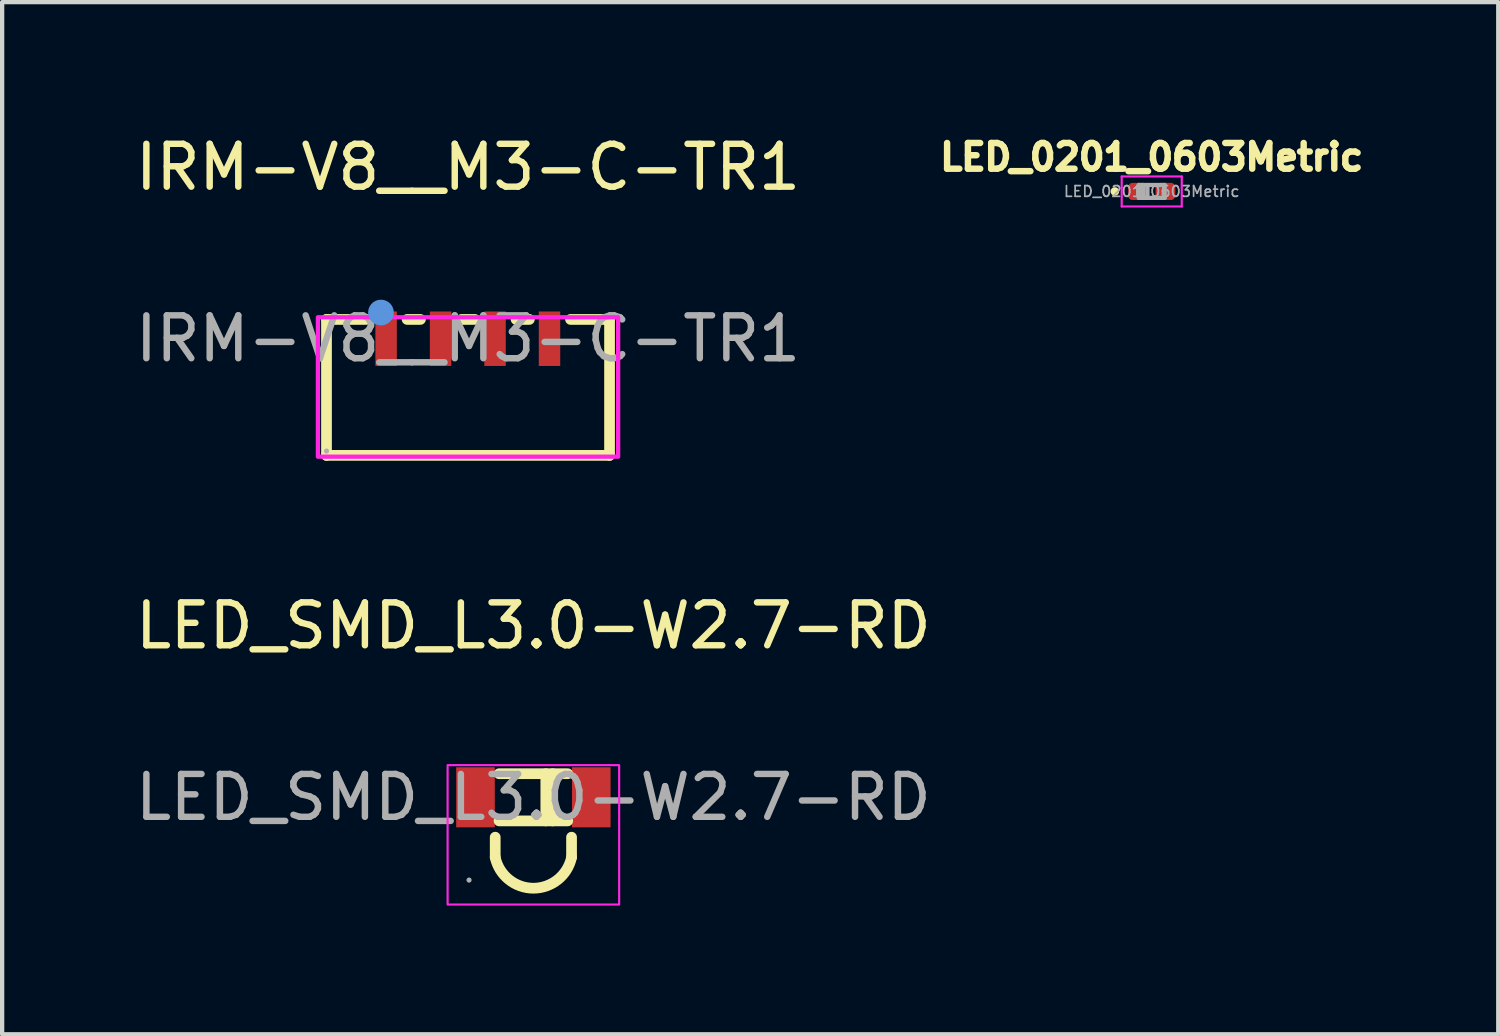
<source format=kicad_pcb>
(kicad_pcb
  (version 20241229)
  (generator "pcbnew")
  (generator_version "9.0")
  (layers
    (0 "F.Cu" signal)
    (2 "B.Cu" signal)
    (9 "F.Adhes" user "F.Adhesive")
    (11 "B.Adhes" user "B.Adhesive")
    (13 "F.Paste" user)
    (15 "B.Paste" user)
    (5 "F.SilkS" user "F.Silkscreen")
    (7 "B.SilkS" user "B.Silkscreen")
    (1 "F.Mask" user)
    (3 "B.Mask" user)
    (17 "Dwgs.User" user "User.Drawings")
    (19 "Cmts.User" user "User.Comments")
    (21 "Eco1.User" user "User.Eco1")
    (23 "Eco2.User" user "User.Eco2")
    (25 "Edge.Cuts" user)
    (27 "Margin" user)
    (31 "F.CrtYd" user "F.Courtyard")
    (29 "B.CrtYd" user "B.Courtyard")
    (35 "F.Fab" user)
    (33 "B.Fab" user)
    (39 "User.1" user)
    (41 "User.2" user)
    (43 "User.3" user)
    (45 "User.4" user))
  (footprint "LED_SMD_L3.0-W2.7-RD"
    (layer "F.Cu")
    (at 9.387 15.541)
    (property "Reference" "LED_SMD_L3.0-W2.7-RD" (at 0 -4 0) (layer "F.SilkS") (effects (font (size 1 1) (thickness 0.15))))
    (attr smd)
    (fp_line (start -0.89 1.4) (end -0.89 0.93) (stroke (width 0.25) (type solid)) (layer "F.SilkS"))
    (fp_line (start -0.8 -0.55) (end 0.8 -0.55) (stroke (width 0.25) (type solid)) (layer "F.SilkS"))
    (fp_line (start -0.8 0.55) (end 0.8 0.55) (stroke (width 0.25) (type solid)) (layer "F.SilkS"))
    (fp_line (start 0.29 -0.55) (end 0.29 0.55) (stroke (width 0.25) (type solid)) (layer "F.SilkS"))
    (fp_line (start 0.45 -0.55) (end 0.45 0.55) (stroke (width 0.25) (type solid)) (layer "F.SilkS"))
    (fp_line (start 0.89 1.4) (end 0.89 0.93) (stroke (width 0.25) (type solid)) (layer "F.SilkS"))
    (fp_arc (start 0.89 1.4) (mid -0.000251 2.120055) (end -0.890105 1.39951) (stroke (width 0.25) (type solid)) (layer "F.SilkS"))
    (fp_rect (start -2 -0.75) (end 2 2.5) (stroke (width 0.05) (type default)) (fill no) (layer "F.CrtYd"))
    (fp_circle (center -1.5 1.93) (end -1.47 1.93) (stroke (width 0.06) (type solid)) (fill no) (layer "F.Fab"))
    (fp_text user "${REFERENCE}" (at 0 0 0) (layer "F.Fab") (effects (font (size 1 1) (thickness 0.15))))
    (pad "1" smd rect (at -1.35 0 90) (size 1.4 0.9) (layers "F.Cu" "F.Mask" "F.Paste"))
    (pad "2" smd rect (at 1.35 0 90) (size 1.4 0.9) (layers "F.Cu" "F.Mask" "F.Paste")))
  (footprint "IRM-V8__M3-C-TR1"
    (layer "F.Cu")
    (at 7.863 4.848)
    (property "Reference" "IRM-V8__M3-C-TR1" (at 0 -4 0) (layer "F.SilkS") (effects (font (size 1 1) (thickness 0.15))))
    (attr smd)
    (fp_line (start -3.3 -0.45) (end -2.38 -0.45) (stroke (width 0.25) (type solid)) (layer "F.SilkS"))
    (fp_line (start -3.3 2.72) (end -3.3 -0.45) (stroke (width 0.25) (type solid)) (layer "F.SilkS"))
    (fp_line (start -1.42 -0.45) (end -1.11 -0.45) (stroke (width 0.25) (type solid)) (layer "F.SilkS"))
    (fp_line (start -0.15 -0.45) (end 0.16 -0.45) (stroke (width 0.25) (type solid)) (layer "F.SilkS"))
    (fp_line (start 1.12 -0.45) (end 1.43 -0.45) (stroke (width 0.25) (type solid)) (layer "F.SilkS"))
    (fp_line (start 2.39 -0.45) (end 3.3 -0.45) (stroke (width 0.25) (type solid)) (layer "F.SilkS"))
    (fp_line (start 3.3 -0.45) (end 3.3 2.72) (stroke (width 0.25) (type solid)) (layer "F.SilkS"))
    (fp_line (start 3.3 2.72) (end -3.3 2.72) (stroke (width 0.25) (type solid)) (layer "F.SilkS"))
    (fp_circle (center -2.03 -0.61) (end -1.88 -0.61) (stroke (width 0.3) (type solid)) (fill no) (layer "Cmts.User"))
    (fp_rect (start -3.5 -0.5) (end 3.5 2.75) (stroke (width 0.1) (type solid)) (fill no) (layer "F.CrtYd"))
    (fp_circle (center -3.3 2.62) (end -3.27 2.62) (stroke (width 0.06) (type solid)) (fill no) (layer "F.Fab"))
    (fp_text user "${REFERENCE}" (at 0 0 0) (layer "F.Fab") (effects (font (size 1 1) (thickness 0.15))))
    (pad "1" smd rect (at -1.91 0 180) (size 0.5 1.27) (layers "F.Cu" "F.Mask" "F.Paste"))
    (pad "2" smd rect (at -0.64 0 180) (size 0.5 1.27) (layers "F.Cu" "F.Mask" "F.Paste"))
    (pad "3" smd rect (at 0.63 0 180) (size 0.5 1.27) (layers "F.Cu" "F.Mask" "F.Paste"))
    (pad "4" smd rect (at 1.9 0 180) (size 0.5 1.27) (layers "F.Cu" "F.Mask" "F.Paste")))
  (footprint "LED_0201_0603Metric"
    (layer "F.Cu")
    (at 23.805 1.414)
    (property "Reference" "LED_0201_0603Metric" (at 0 -0.8 0) (layer "F.SilkS") (effects (font (size 0.6 0.6) (thickness 0.15))))
    (attr smd)
    (fp_circle (center -0.86 0) (end -0.81 0) (stroke (width 0.1) (type solid)) (fill no) (layer "F.SilkS"))
    (fp_line (start -0.7 -0.35) (end 0.7 -0.35) (stroke (width 0.05) (type solid)) (layer "F.CrtYd"))
    (fp_line (start -0.7 0.35) (end -0.7 -0.35) (stroke (width 0.05) (type solid)) (layer "F.CrtYd"))
    (fp_line (start 0.7 -0.35) (end 0.7 0.35) (stroke (width 0.05) (type solid)) (layer "F.CrtYd"))
    (fp_line (start 0.7 0.35) (end -0.7 0.35) (stroke (width 0.05) (type solid)) (layer "F.CrtYd"))
    (fp_line (start -0.3 -0.15) (end 0.3 -0.15) (stroke (width 0.1) (type solid)) (layer "F.Fab"))
    (fp_line (start -0.3 0.15) (end -0.3 -0.15) (stroke (width 0.1) (type solid)) (layer "F.Fab"))
    (fp_line (start -0.2 0.15) (end -0.2 -0.15) (stroke (width 0.1) (type solid)) (layer "F.Fab"))
    (fp_line (start -0.1 0.15) (end -0.1 -0.15) (stroke (width 0.1) (type solid)) (layer "F.Fab"))
    (fp_line (start 0.3 -0.15) (end 0.3 0.15) (stroke (width 0.1) (type solid)) (layer "F.Fab"))
    (fp_line (start 0.3 0.15) (end -0.3 0.15) (stroke (width 0.1) (type solid)) (layer "F.Fab"))
    (fp_text user "${REFERENCE}" (at 0 0 0) (layer "F.Fab") (effects (font (size 0.25 0.25) (thickness 0.04))))
    (pad "" smd roundrect (at -0.345 0) (size 0.318 0.36) (layers "F.Paste") (roundrect_rratio 0.25))
    (pad "" smd roundrect (at 0.345 0) (size 0.318 0.36) (layers "F.Paste") (roundrect_rratio 0.25))
    (pad "1" smd roundrect (at -0.32 0) (size 0.46 0.4) (layers "F.Cu" "F.Mask") (roundrect_rratio 0.25))
    (pad "2" smd roundrect (at 0.32 0) (size 0.46 0.4) (layers "F.Cu" "F.Mask") (roundrect_rratio 0.25)))
  (gr_rect
    (start -3 -3)
    (end 31.885 21.067)
    (stroke (width 0.1) (type default))
    (fill no)
    (layer "Edge.Cuts")))
</source>
